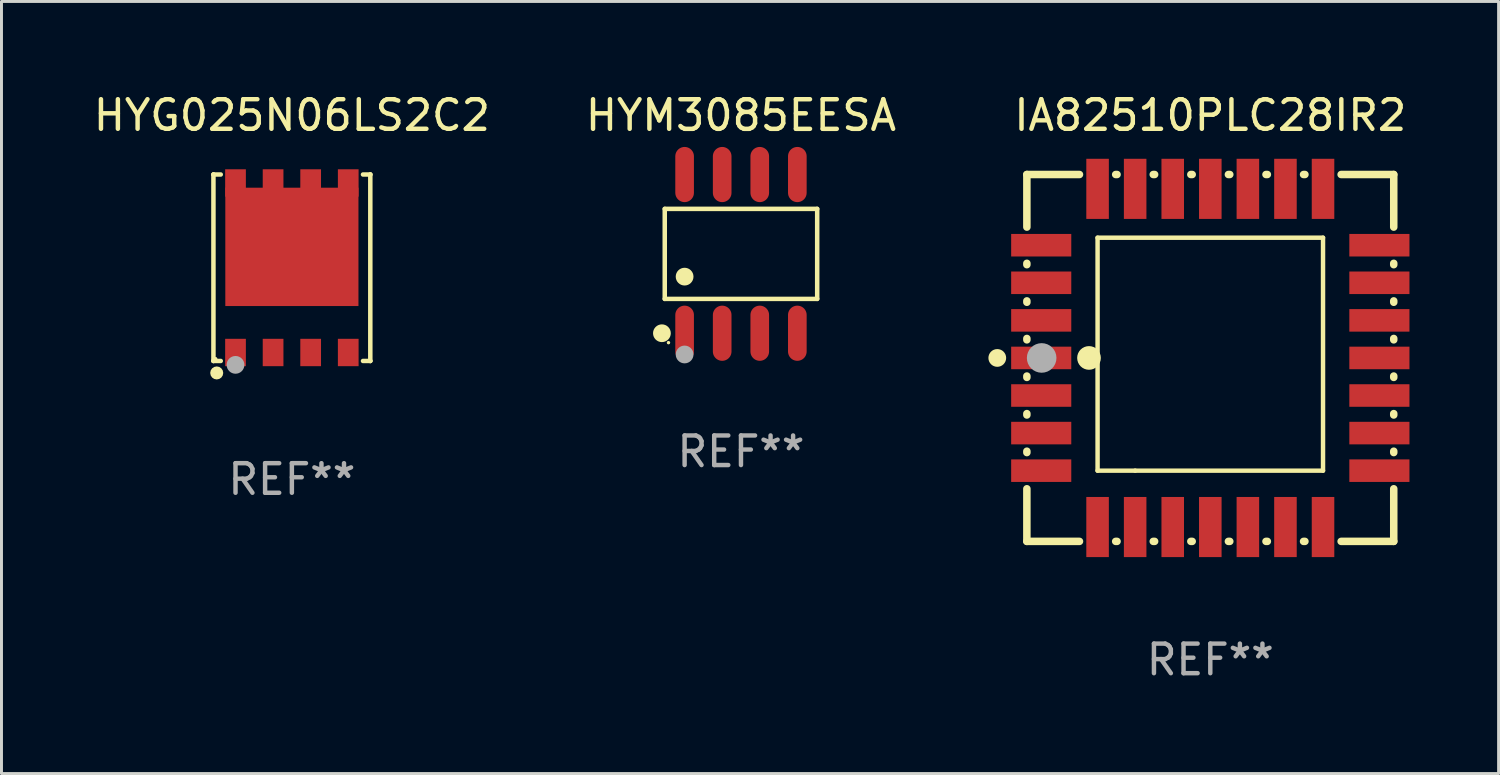
<source format=kicad_pcb>
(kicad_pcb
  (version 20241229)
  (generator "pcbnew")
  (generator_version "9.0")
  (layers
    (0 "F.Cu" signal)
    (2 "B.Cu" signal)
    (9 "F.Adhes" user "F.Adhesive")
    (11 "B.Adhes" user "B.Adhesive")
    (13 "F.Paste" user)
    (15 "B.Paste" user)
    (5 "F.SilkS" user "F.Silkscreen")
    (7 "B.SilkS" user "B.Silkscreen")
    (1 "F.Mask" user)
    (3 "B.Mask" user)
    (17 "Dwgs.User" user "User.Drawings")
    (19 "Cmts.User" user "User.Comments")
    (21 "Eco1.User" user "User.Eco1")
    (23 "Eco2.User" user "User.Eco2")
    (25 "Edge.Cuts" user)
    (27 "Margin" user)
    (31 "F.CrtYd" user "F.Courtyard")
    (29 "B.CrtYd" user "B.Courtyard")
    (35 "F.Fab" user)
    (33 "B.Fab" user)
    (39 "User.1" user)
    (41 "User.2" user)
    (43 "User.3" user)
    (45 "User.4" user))
  (footprint "HYG025N06LS2C2"
    (layer "F.Cu")
    (at 6.815 5.999)
    (property "Reference" "HYG025N06LS2C2" (at 0 -5.151 0) (layer "F.SilkS") (effects (font (size 1 1) (thickness 0.15))))
    (attr through_hole)
    (fp_line (start -2.651 -3.151) (end -2.651 -3.151) (stroke (width 0.152) (type solid)) (layer "F.SilkS"))
    (fp_line (start -2.651 -3.151) (end -2.404 -3.151) (stroke (width 0.152) (type solid)) (layer "F.SilkS"))
    (fp_line (start -2.651 3.151) (end -2.651 -3.151) (stroke (width 0.152) (type solid)) (layer "F.SilkS"))
    (fp_line (start -2.651 3.151) (end -2.651 3.151) (stroke (width 0.152) (type solid)) (layer "F.SilkS"))
    (fp_line (start -2.404 3.151) (end -2.651 3.151) (stroke (width 0.152) (type solid)) (layer "F.SilkS"))
    (fp_line (start 2.404 3.151) (end 2.651 3.151) (stroke (width 0.152) (type solid)) (layer "F.SilkS"))
    (fp_line (start 2.651 -3.151) (end 2.404 -3.151) (stroke (width 0.152) (type solid)) (layer "F.SilkS"))
    (fp_line (start 2.651 -3.151) (end 2.651 -3.151) (stroke (width 0.152) (type solid)) (layer "F.SilkS"))
    (fp_line (start 2.651 3.151) (end 2.651 -3.151) (stroke (width 0.152) (type solid)) (layer "F.SilkS"))
    (fp_line (start 2.651 3.151) (end 2.651 3.151) (stroke (width 0.152) (type solid)) (layer "F.SilkS"))
    (fp_circle (center -2.575 3.076) (end -2.545 3.076) (stroke (width 0.06) (type solid)) (fill no) (layer "F.SilkS"))
    (fp_circle (center -2.54 3.556) (end -2.43 3.556) (stroke (width 0.22) (type solid)) (fill no) (layer "F.SilkS"))
    (fp_circle (center -1.905 3.283) (end -1.755 3.283) (stroke (width 0.3) (type solid)) (fill no) (layer "F.Fab"))
    (fp_text user "REF**" (at 0 7.151 0) (layer "F.Fab") (effects (font (size 1 1) (thickness 0.15))))
    (pad "1" smd rect (at -1.905 2.865) (size 0.7 0.925) (layers "F.Cu" "F.Mask" "F.Paste"))
    (pad "2" smd rect (at -0.635 2.865) (size 0.7 0.925) (layers "F.Cu" "F.Mask" "F.Paste"))
    (pad "3" smd rect (at 0.635 2.865) (size 0.7 0.925) (layers "F.Cu" "F.Mask" "F.Paste"))
    (pad "4" smd rect (at 1.905 2.865) (size 0.7 0.925) (layers "F.Cu" "F.Mask" "F.Paste"))
    (pad "5" smd rect (at 1.905 -2.865) (size 0.7 0.925) (layers "F.Cu" "F.Mask" "F.Paste"))
    (pad "6" smd rect (at 0.635 -2.865) (size 0.7 0.925) (layers "F.Cu" "F.Mask" "F.Paste"))
    (pad "7" smd rect (at -0.635 -2.865) (size 0.7 0.925) (layers "F.Cu" "F.Mask" "F.Paste"))
    (pad "8" smd rect (at -1.905 -2.865) (size 0.7 0.925) (layers "F.Cu" "F.Mask" "F.Paste"))
    (pad "9" smd rect (at 0.000254 -0.705) (size 4.5 4) (layers "F.Cu" "F.Mask" "F.Paste")))
  (footprint "HYM3085EESA"
    (layer "F.Cu")
    (at 21.994 5.531)
    (property "Reference" "HYM3085EESA" (at 0 -4.682 0) (layer "F.SilkS") (effects (font (size 1 1) (thickness 0.15))))
    (attr through_hole)
    (fp_line (start -2.576 -1.521) (end 2.576 -1.521) (stroke (width 0.152) (type solid)) (layer "F.SilkS"))
    (fp_line (start -2.576 1.521) (end -2.576 -1.521) (stroke (width 0.152) (type solid)) (layer "F.SilkS"))
    (fp_line (start 2.576 -1.521) (end 2.576 1.521) (stroke (width 0.152) (type solid)) (layer "F.SilkS"))
    (fp_line (start 2.576 1.521) (end -2.576 1.521) (stroke (width 0.152) (type solid)) (layer "F.SilkS"))
    (fp_circle (center -2.672 2.682) (end -2.522 2.682) (stroke (width 0.3) (type solid)) (fill no) (layer "F.SilkS"))
    (fp_circle (center -2.45 3) (end -2.42 3) (stroke (width 0.06) (type solid)) (fill no) (layer "F.SilkS"))
    (fp_circle (center -1.905 0.769) (end -1.755 0.769) (stroke (width 0.3) (type solid)) (fill no) (layer "F.SilkS"))
    (fp_circle (center -1.905 3.4) (end -1.755 3.4) (stroke (width 0.3) (type solid)) (fill no) (layer "F.Fab"))
    (fp_text user "REF**" (at 0 6.682 0) (layer "F.Fab") (effects (font (size 1 1) (thickness 0.15))))
    (pad "1" smd oval (at -1.905 2.682) (size 0.63 1.865) (layers "F.Cu" "F.Mask" "F.Paste"))
    (pad "2" smd oval (at -0.635 2.682) (size 0.63 1.865) (layers "F.Cu" "F.Mask" "F.Paste"))
    (pad "3" smd oval (at 0.635 2.682) (size 0.63 1.865) (layers "F.Cu" "F.Mask" "F.Paste"))
    (pad "4" smd oval (at 1.905 2.682) (size 0.63 1.865) (layers "F.Cu" "F.Mask" "F.Paste"))
    (pad "5" smd oval (at 1.905 -2.682) (size 0.63 1.865) (layers "F.Cu" "F.Mask" "F.Paste"))
    (pad "6" smd oval (at 0.635 -2.682) (size 0.63 1.865) (layers "F.Cu" "F.Mask" "F.Paste"))
    (pad "7" smd oval (at -0.635 -2.682) (size 0.63 1.865) (layers "F.Cu" "F.Mask" "F.Paste"))
    (pad "8" smd oval (at -1.905 -2.682) (size 0.63 1.865) (layers "F.Cu" "F.Mask" "F.Paste")))
  (footprint "IA82510PLC28IR2"
    (layer "F.Cu")
    (at 37.857 9.048)
    (property "Reference" "IA82510PLC28IR2" (at 0 -8.2 0) (layer "F.SilkS") (effects (font (size 1 1) (thickness 0.15))))
    (attr through_hole)
    (fp_line (start -6.2 -6.2) (end -4.422 -6.2) (stroke (width 0.254) (type solid)) (layer "F.SilkS"))
    (fp_line (start -6.2 -4.422) (end -6.2 -6.2) (stroke (width 0.254) (type solid)) (layer "F.SilkS"))
    (fp_line (start -6.2 -3.152) (end -6.2 -3.198) (stroke (width 0.254) (type solid)) (layer "F.SilkS"))
    (fp_line (start -6.2 -1.882) (end -6.2 -1.928) (stroke (width 0.254) (type solid)) (layer "F.SilkS"))
    (fp_line (start -6.2 -0.612) (end -6.2 -0.658) (stroke (width 0.254) (type solid)) (layer "F.SilkS"))
    (fp_line (start -6.2 0.658) (end -6.2 0.612) (stroke (width 0.254) (type solid)) (layer "F.SilkS"))
    (fp_line (start -6.2 1.928) (end -6.2 1.882) (stroke (width 0.254) (type solid)) (layer "F.SilkS"))
    (fp_line (start -6.2 3.198) (end -6.2 3.152) (stroke (width 0.254) (type solid)) (layer "F.SilkS"))
    (fp_line (start -6.2 6.2) (end -6.2 4.422) (stroke (width 0.254) (type solid)) (layer "F.SilkS"))
    (fp_line (start -4.422 6.2) (end -6.2 6.2) (stroke (width 0.254) (type solid)) (layer "F.SilkS"))
    (fp_line (start -3.81 -4.064) (end 3.81 -4.064) (stroke (width 0.15) (type solid)) (layer "F.SilkS"))
    (fp_line (start -3.81 3.81) (end -3.81 -4.064) (stroke (width 0.15) (type solid)) (layer "F.SilkS"))
    (fp_line (start -3.198 -6.2) (end -3.152 -6.2) (stroke (width 0.254) (type solid)) (layer "F.SilkS"))
    (fp_line (start -3.152 6.2) (end -3.198 6.2) (stroke (width 0.254) (type solid)) (layer "F.SilkS"))
    (fp_line (start -2.54 3.81) (end -3.81 3.81) (stroke (width 0.15) (type solid)) (layer "F.SilkS"))
    (fp_line (start -1.928 -6.2) (end -1.882 -6.2) (stroke (width 0.254) (type solid)) (layer "F.SilkS"))
    (fp_line (start -1.882 6.2) (end -1.928 6.2) (stroke (width 0.254) (type solid)) (layer "F.SilkS"))
    (fp_line (start -0.658 -6.2) (end -0.612 -6.2) (stroke (width 0.254) (type solid)) (layer "F.SilkS"))
    (fp_line (start -0.612 6.2) (end -0.658 6.2) (stroke (width 0.254) (type solid)) (layer "F.SilkS"))
    (fp_line (start 0.612 -6.2) (end 0.658 -6.2) (stroke (width 0.254) (type solid)) (layer "F.SilkS"))
    (fp_line (start 0.658 6.2) (end 0.612 6.2) (stroke (width 0.254) (type solid)) (layer "F.SilkS"))
    (fp_line (start 1.882 -6.2) (end 1.928 -6.2) (stroke (width 0.254) (type solid)) (layer "F.SilkS"))
    (fp_line (start 1.928 6.2) (end 1.882 6.2) (stroke (width 0.254) (type solid)) (layer "F.SilkS"))
    (fp_line (start 3.152 -6.2) (end 3.198 -6.2) (stroke (width 0.254) (type solid)) (layer "F.SilkS"))
    (fp_line (start 3.198 6.2) (end 3.152 6.2) (stroke (width 0.254) (type solid)) (layer "F.SilkS"))
    (fp_line (start 3.81 -4.064) (end 3.81 3.81) (stroke (width 0.15) (type solid)) (layer "F.SilkS"))
    (fp_line (start 3.81 3.81) (end -2.54 3.81) (stroke (width 0.15) (type solid)) (layer "F.SilkS"))
    (fp_line (start 4.422 -6.2) (end 6.2 -6.2) (stroke (width 0.254) (type solid)) (layer "F.SilkS"))
    (fp_line (start 6.2 -6.2) (end 6.2 -4.422) (stroke (width 0.254) (type solid)) (layer "F.SilkS"))
    (fp_line (start 6.2 -3.198) (end 6.2 -3.152) (stroke (width 0.254) (type solid)) (layer "F.SilkS"))
    (fp_line (start 6.2 -1.928) (end 6.2 -1.882) (stroke (width 0.254) (type solid)) (layer "F.SilkS"))
    (fp_line (start 6.2 -0.658) (end 6.2 -0.612) (stroke (width 0.254) (type solid)) (layer "F.SilkS"))
    (fp_line (start 6.2 0.612) (end 6.2 0.658) (stroke (width 0.254) (type solid)) (layer "F.SilkS"))
    (fp_line (start 6.2 1.882) (end 6.2 1.928) (stroke (width 0.254) (type solid)) (layer "F.SilkS"))
    (fp_line (start 6.2 3.152) (end 6.2 3.198) (stroke (width 0.254) (type solid)) (layer "F.SilkS"))
    (fp_line (start 6.2 4.422) (end 6.2 6.2) (stroke (width 0.254) (type solid)) (layer "F.SilkS"))
    (fp_line (start 6.2 6.2) (end 4.422 6.2) (stroke (width 0.254) (type solid)) (layer "F.SilkS"))
    (fp_circle (center -7.2 0) (end -7.05 0) (stroke (width 0.3) (type solid)) (fill no) (layer "F.SilkS"))
    (fp_circle (center -6.223 6.223) (end -6.193 6.223) (stroke (width 0.06) (type solid)) (fill no) (layer "F.SilkS"))
    (fp_circle (center -4.1 0) (end -3.9 0) (stroke (width 0.4) (type solid)) (fill no) (layer "F.SilkS"))
    (fp_circle (center -5.7 0) (end -5.45 0) (stroke (width 0.5) (type solid)) (fill no) (layer "F.Fab"))
    (fp_text user "REF**" (at 0 10.2 0) (layer "F.Fab") (effects (font (size 1 1) (thickness 0.15))))
    (pad "1" smd rect (at -5.715 0) (size 2.032 0.762) (layers "F.Cu" "F.Mask" "F.Paste"))
    (pad "2" smd rect (at -5.715 1.27) (size 2.032 0.762) (layers "F.Cu" "F.Mask" "F.Paste"))
    (pad "3" smd rect (at -5.715 2.54) (size 2.032 0.762) (layers "F.Cu" "F.Mask" "F.Paste"))
    (pad "4" smd rect (at -5.715 3.81) (size 2.032 0.762) (layers "F.Cu" "F.Mask" "F.Paste"))
    (pad "5" smd rect (at -3.81 5.715) (size 0.762 2.032) (layers "F.Cu" "F.Mask" "F.Paste"))
    (pad "6" smd rect (at -2.54 5.715) (size 0.762 2.032) (layers "F.Cu" "F.Mask" "F.Paste"))
    (pad "7" smd rect (at -1.27 5.715) (size 0.762 2.032) (layers "F.Cu" "F.Mask" "F.Paste"))
    (pad "8" smd rect (at 0 5.715) (size 0.762 2.032) (layers "F.Cu" "F.Mask" "F.Paste"))
    (pad "9" smd rect (at 1.27 5.715) (size 0.762 2.032) (layers "F.Cu" "F.Mask" "F.Paste"))
    (pad "10" smd rect (at 2.54 5.715) (size 0.762 2.032) (layers "F.Cu" "F.Mask" "F.Paste"))
    (pad "11" smd rect (at 3.81 5.715) (size 0.762 2.032) (layers "F.Cu" "F.Mask" "F.Paste"))
    (pad "12" smd rect (at 5.715 3.81) (size 2.032 0.762) (layers "F.Cu" "F.Mask" "F.Paste"))
    (pad "13" smd rect (at 5.715 2.54) (size 2.032 0.762) (layers "F.Cu" "F.Mask" "F.Paste"))
    (pad "14" smd rect (at 5.715 1.27) (size 2.032 0.762) (layers "F.Cu" "F.Mask" "F.Paste"))
    (pad "15" smd rect (at 5.715 0) (size 2.032 0.762) (layers "F.Cu" "F.Mask" "F.Paste"))
    (pad "16" smd rect (at 5.715 -1.27) (size 2.032 0.762) (layers "F.Cu" "F.Mask" "F.Paste"))
    (pad "17" smd rect (at 5.715 -2.54) (size 2.032 0.762) (layers "F.Cu" "F.Mask" "F.Paste"))
    (pad "18" smd rect (at 5.715 -3.81) (size 2.032 0.762) (layers "F.Cu" "F.Mask" "F.Paste"))
    (pad "19" smd rect (at 3.81 -5.715) (size 0.762 2.032) (layers "F.Cu" "F.Mask" "F.Paste"))
    (pad "20" smd rect (at 2.54 -5.715) (size 0.762 2.032) (layers "F.Cu" "F.Mask" "F.Paste"))
    (pad "21" smd rect (at 1.27 -5.715) (size 0.762 2.032) (layers "F.Cu" "F.Mask" "F.Paste"))
    (pad "22" smd rect (at 0 -5.715) (size 0.762 2.032) (layers "F.Cu" "F.Mask" "F.Paste"))
    (pad "23" smd rect (at -1.27 -5.715) (size 0.762 2.032) (layers "F.Cu" "F.Mask" "F.Paste"))
    (pad "24" smd rect (at -2.54 -5.715) (size 0.762 2.032) (layers "F.Cu" "F.Mask" "F.Paste"))
    (pad "25" smd rect (at -3.81 -5.715) (size 0.762 2.032) (layers "F.Cu" "F.Mask" "F.Paste"))
    (pad "26" smd rect (at -5.715 -3.81) (size 2.032 0.762) (layers "F.Cu" "F.Mask" "F.Paste"))
    (pad "27" smd rect (at -5.715 -2.54) (size 2.032 0.762) (layers "F.Cu" "F.Mask" "F.Paste"))
    (pad "28" smd rect (at -5.715 -1.27) (size 2.032 0.762) (layers "F.Cu" "F.Mask" "F.Paste")))
  (gr_rect
    (start -3 -3)
    (end 47.601 23.096)
    (stroke (width 0.1) (type default))
    (fill no)
    (layer "Edge.Cuts")))
</source>
